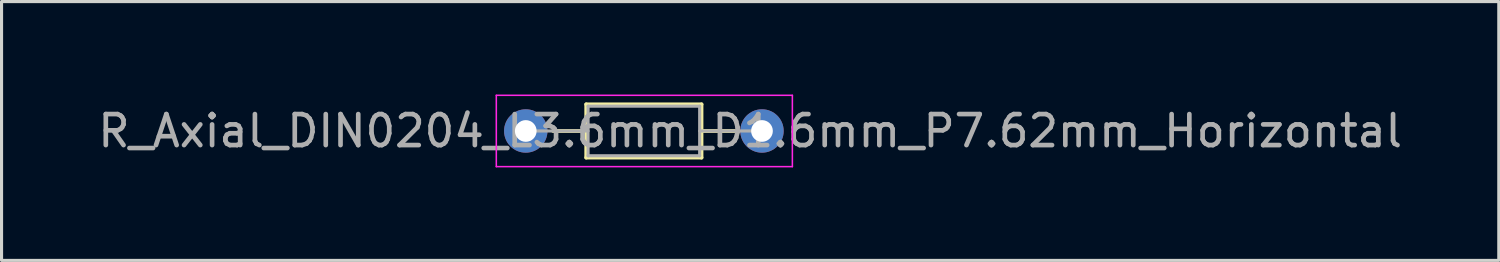
<source format=kicad_pcb>
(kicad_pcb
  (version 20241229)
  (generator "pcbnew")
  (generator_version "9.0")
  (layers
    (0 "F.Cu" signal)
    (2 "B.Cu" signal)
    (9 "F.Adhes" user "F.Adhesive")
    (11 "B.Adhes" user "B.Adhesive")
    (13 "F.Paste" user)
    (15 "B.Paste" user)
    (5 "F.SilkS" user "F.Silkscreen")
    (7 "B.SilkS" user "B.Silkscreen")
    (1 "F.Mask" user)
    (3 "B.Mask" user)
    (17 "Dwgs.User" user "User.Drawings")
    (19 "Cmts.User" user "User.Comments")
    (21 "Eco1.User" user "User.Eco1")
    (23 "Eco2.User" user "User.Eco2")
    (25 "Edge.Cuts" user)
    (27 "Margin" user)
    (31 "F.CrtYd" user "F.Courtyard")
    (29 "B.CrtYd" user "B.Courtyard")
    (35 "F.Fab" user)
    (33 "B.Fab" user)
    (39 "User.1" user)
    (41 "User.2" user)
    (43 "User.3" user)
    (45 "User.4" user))
  (footprint "R_Axial_DIN0204_L3.6mm_D1.6mm_P7.62mm_Horizontal"
    (layer "F.Cu")
    (at 13.91 1.175)
    (property "Reference" "R_Axial_DIN0204_L3.6mm_D1.6mm_P7.62mm_Horizontal" (at 7.239 0 0) (layer "F.Fab") (effects (font (size 1 1) (thickness 0.15))))
    (attr through_hole)
    (fp_line (start 0.88 0) (end 1.95 0) (stroke (width 0.12) (type solid)) (layer "F.SilkS"))
    (fp_line (start 1.95 -0.86) (end 1.95 0.86) (stroke (width 0.12) (type solid)) (layer "F.SilkS"))
    (fp_line (start 1.95 0.86) (end 5.67 0.86) (stroke (width 0.12) (type solid)) (layer "F.SilkS"))
    (fp_line (start 5.67 -0.86) (end 1.95 -0.86) (stroke (width 0.12) (type solid)) (layer "F.SilkS"))
    (fp_line (start 5.67 0.86) (end 5.67 -0.86) (stroke (width 0.12) (type solid)) (layer "F.SilkS"))
    (fp_line (start 6.74 0) (end 5.67 0) (stroke (width 0.12) (type solid)) (layer "F.SilkS"))
    (fp_line (start -0.95 -1.15) (end -0.95 1.15) (stroke (width 0.05) (type solid)) (layer "F.CrtYd"))
    (fp_line (start -0.95 1.15) (end 8.6 1.15) (stroke (width 0.05) (type solid)) (layer "F.CrtYd"))
    (fp_line (start 8.6 -1.15) (end -0.95 -1.15) (stroke (width 0.05) (type solid)) (layer "F.CrtYd"))
    (fp_line (start 8.6 1.15) (end 8.6 -1.15) (stroke (width 0.05) (type solid)) (layer "F.CrtYd"))
    (fp_line (start 0 0) (end 2.01 0) (stroke (width 0.1) (type solid)) (layer "F.Fab"))
    (fp_line (start 2.01 -0.8) (end 2.01 0.8) (stroke (width 0.1) (type solid)) (layer "F.Fab"))
    (fp_line (start 2.01 0.8) (end 5.61 0.8) (stroke (width 0.1) (type solid)) (layer "F.Fab"))
    (fp_line (start 5.61 -0.8) (end 2.01 -0.8) (stroke (width 0.1) (type solid)) (layer "F.Fab"))
    (fp_line (start 5.61 0.8) (end 5.61 -0.8) (stroke (width 0.1) (type solid)) (layer "F.Fab"))
    (fp_line (start 7.62 0) (end 5.61 0) (stroke (width 0.1) (type solid)) (layer "F.Fab"))
    (pad "1" thru_hole circle (at 0 0) (size 1.4 1.4) (drill 0.7) (layers "*.Cu" "*.Mask"))
    (pad "2" thru_hole oval (at 7.62 0) (size 1.4 1.4) (drill 0.7) (layers "*.Cu" "*.Mask")))
  (gr_rect
    (start -3 -3)
    (end 45.298 5.35)
    (stroke (width 0.1) (type default))
    (fill no)
    (layer "Edge.Cuts")))
</source>
